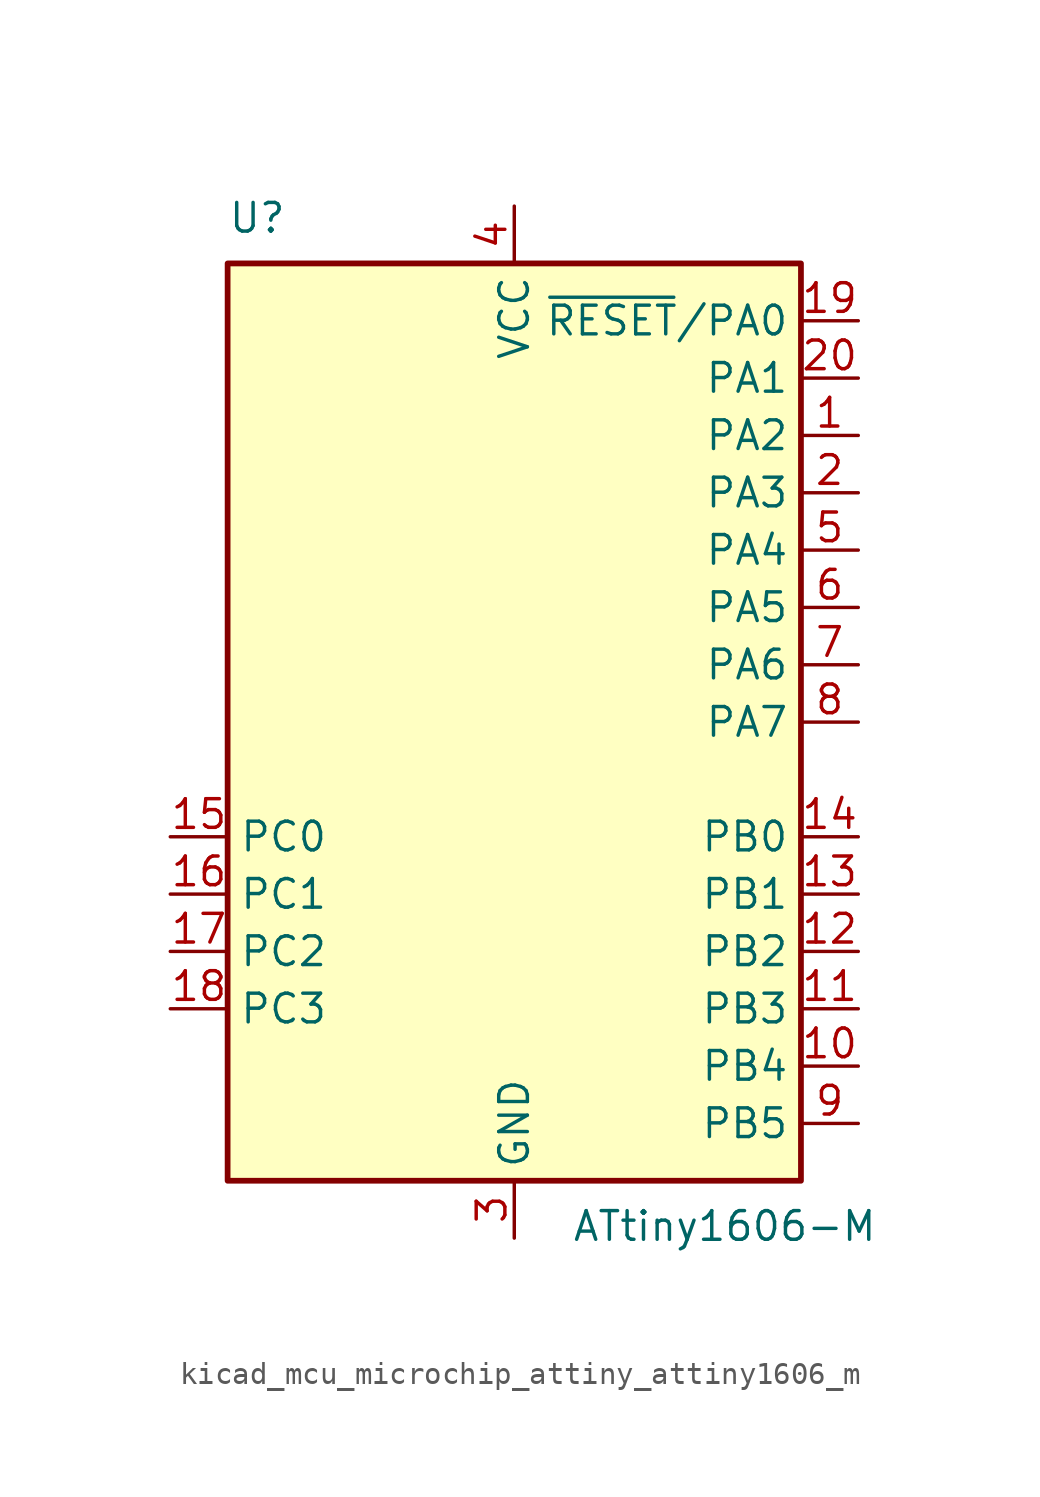
<source format=kicad_sym>
(kicad_symbol_lib
  (version 20220914)
  (generator kicad_symbol_editor)
  (symbol "kicad_mcu_microchip_attiny_attiny1606_m"
    (property "Reference" "U"
      (at -12.7 21.59 0)
      (effects (font (size 1.27 1.27)) (justify left bottom)))
    (property "Value" "ATtiny1606-M"
      (at 2.54 -21.59 0)
      (effects (font (size 1.27 1.27)) (justify left top)))
    (symbol "kicad_mcu_microchip_attiny_attiny1606_m_0_1"
      (rectangle (start -12.7 -20.32) (end 12.7 20.32) (stroke (width 0.254) (type default)) (fill (type background))))
    (symbol "kicad_mcu_microchip_attiny_attiny1606_m_1_1"
      (pin bidirectional line (at 15.24 12.7 180) (length 2.54) (name "PA2" (effects (font (size 1.27 1.27)))) (number "1" (effects (font (size 1.27 1.27)))))
      (pin bidirectional line (at 15.24 -15.24 180) (length 2.54) (name "PB4" (effects (font (size 1.27 1.27)))) (number "10" (effects (font (size 1.27 1.27)))))
      (pin bidirectional line (at 15.24 -12.7 180) (length 2.54) (name "PB3" (effects (font (size 1.27 1.27)))) (number "11" (effects (font (size 1.27 1.27)))))
      (pin bidirectional line (at 15.24 -10.16 180) (length 2.54) (name "PB2" (effects (font (size 1.27 1.27)))) (number "12" (effects (font (size 1.27 1.27)))))
      (pin bidirectional line (at 15.24 -7.62 180) (length 2.54) (name "PB1" (effects (font (size 1.27 1.27)))) (number "13" (effects (font (size 1.27 1.27)))))
      (pin bidirectional line (at 15.24 -5.08 180) (length 2.54) (name "PB0" (effects (font (size 1.27 1.27)))) (number "14" (effects (font (size 1.27 1.27)))))
      (pin bidirectional line (at -15.24 -5.08 0) (length 2.54) (name "PC0" (effects (font (size 1.27 1.27)))) (number "15" (effects (font (size 1.27 1.27)))))
      (pin bidirectional line (at -15.24 -7.62 0) (length 2.54) (name "PC1" (effects (font (size 1.27 1.27)))) (number "16" (effects (font (size 1.27 1.27)))))
      (pin bidirectional line (at -15.24 -10.16 0) (length 2.54) (name "PC2" (effects (font (size 1.27 1.27)))) (number "17" (effects (font (size 1.27 1.27)))))
      (pin bidirectional line (at -15.24 -12.7 0) (length 2.54) (name "PC3" (effects (font (size 1.27 1.27)))) (number "18" (effects (font (size 1.27 1.27)))))
      (pin bidirectional line (at 15.24 17.78 180) (length 2.54) (name "~{RESET}/PA0" (effects (font (size 1.27 1.27)))) (number "19" (effects (font (size 1.27 1.27)))))
      (pin bidirectional line (at 15.24 10.16 180) (length 2.54) (name "PA3" (effects (font (size 1.27 1.27)))) (number "2" (effects (font (size 1.27 1.27)))))
      (pin bidirectional line (at 15.24 15.24 180) (length 2.54) (name "PA1" (effects (font (size 1.27 1.27)))) (number "20" (effects (font (size 1.27 1.27)))))
      (pin passive line (at 0 -22.86 90) (length 2.54) hide (name "GND" (effects (font (size 1.27 1.27)))) (number "21" (effects (font (size 1.27 1.27)))))
      (pin power_in line (at 0 -22.86 90) (length 2.54) (name "GND" (effects (font (size 1.27 1.27)))) (number "3" (effects (font (size 1.27 1.27)))))
      (pin power_in line (at 0 22.86 270) (length 2.54) (name "VCC" (effects (font (size 1.27 1.27)))) (number "4" (effects (font (size 1.27 1.27)))))
      (pin bidirectional line (at 15.24 7.62 180) (length 2.54) (name "PA4" (effects (font (size 1.27 1.27)))) (number "5" (effects (font (size 1.27 1.27)))))
      (pin bidirectional line (at 15.24 5.08 180) (length 2.54) (name "PA5" (effects (font (size 1.27 1.27)))) (number "6" (effects (font (size 1.27 1.27)))))
      (pin bidirectional line (at 15.24 2.54 180) (length 2.54) (name "PA6" (effects (font (size 1.27 1.27)))) (number "7" (effects (font (size 1.27 1.27)))))
      (pin bidirectional line (at 15.24 0 180) (length 2.54) (name "PA7" (effects (font (size 1.27 1.27)))) (number "8" (effects (font (size 1.27 1.27)))))
      (pin bidirectional line (at 15.24 -17.78 180) (length 2.54) (name "PB5" (effects (font (size 1.27 1.27)))) (number "9" (effects (font (size 1.27 1.27))))))))
</source>
